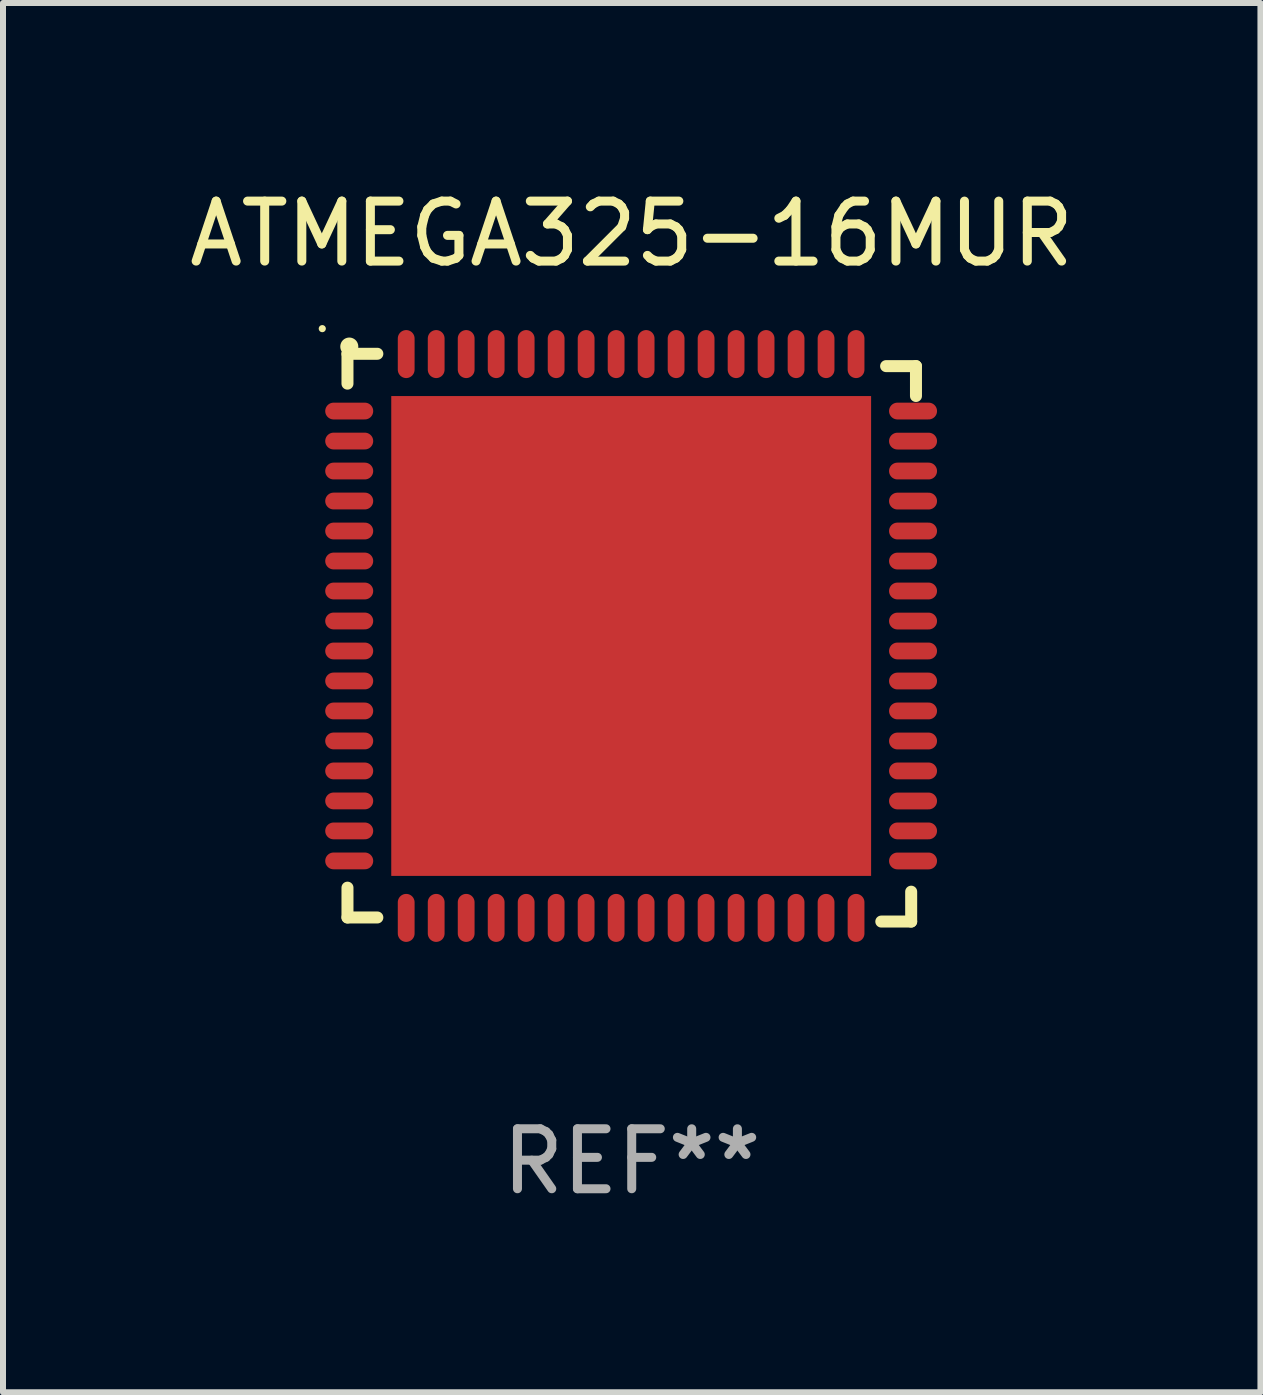
<source format=kicad_pcb>
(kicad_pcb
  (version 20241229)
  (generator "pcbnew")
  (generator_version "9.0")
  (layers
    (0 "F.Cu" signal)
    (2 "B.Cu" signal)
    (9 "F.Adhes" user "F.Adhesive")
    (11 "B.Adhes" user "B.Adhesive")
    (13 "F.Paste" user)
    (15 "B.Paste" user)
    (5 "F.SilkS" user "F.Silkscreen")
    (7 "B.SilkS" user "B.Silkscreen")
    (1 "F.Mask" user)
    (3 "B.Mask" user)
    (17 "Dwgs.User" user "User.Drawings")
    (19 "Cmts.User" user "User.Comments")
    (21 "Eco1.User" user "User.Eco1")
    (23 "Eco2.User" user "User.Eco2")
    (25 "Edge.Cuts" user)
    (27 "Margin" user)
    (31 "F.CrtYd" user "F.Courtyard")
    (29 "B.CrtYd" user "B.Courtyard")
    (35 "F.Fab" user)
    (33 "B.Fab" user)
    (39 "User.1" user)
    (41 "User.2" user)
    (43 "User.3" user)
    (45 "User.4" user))
  (footprint "ATMEGA325-16MUR"
    (layer "F.Cu")
    (at 7.482 7.581)
    (property "Reference" "ATMEGA325-16MUR" (at 0 -6.733 0) (layer "F.SilkS") (effects (font (size 1 1) (thickness 0.15))))
    (attr through_hole)
    (fp_line (start -4.739 -4.733) (end -4.241 -4.733) (stroke (width 0.2) (type solid)) (layer "F.SilkS"))
    (fp_line (start -4.739 -4.235) (end -4.739 -4.733) (stroke (width 0.2) (type solid)) (layer "F.SilkS"))
    (fp_line (start -4.739 4.168) (end -4.739 4.665) (stroke (width 0.2) (type solid)) (layer "F.SilkS"))
    (fp_line (start -4.739 4.665) (end -4.241 4.665) (stroke (width 0.2) (type solid)) (layer "F.SilkS"))
    (fp_line (start 4.161 4.733) (end 4.659 4.733) (stroke (width 0.2) (type solid)) (layer "F.SilkS"))
    (fp_line (start 4.241 -4.527) (end 4.739 -4.527) (stroke (width 0.2) (type solid)) (layer "F.SilkS"))
    (fp_line (start 4.659 4.733) (end 4.659 4.235) (stroke (width 0.2) (type solid)) (layer "F.SilkS"))
    (fp_line (start 4.739 -4.527) (end 4.739 -4.029) (stroke (width 0.2) (type solid)) (layer "F.SilkS"))
    (fp_arc (start -4.708623 -4.85108) (mid -4.708628 -4.85235) (end -4.708623 -4.85362) (stroke (width 0.3) (type solid)) (layer "F.SilkS"))
    (fp_circle (center -5.159 -5.152) (end -5.129 -5.152) (stroke (width 0.06) (type solid)) (fill no) (layer "F.SilkS"))
    (fp_text user "REF**" (at 0 8.733 0) (layer "F.Fab") (effects (font (size 1 1) (thickness 0.15))))
    (pad "1" smd oval (at -4.71 -3.778 90) (size 0.28 0.8) (layers "F.Cu" "F.Mask" "F.Paste"))
    (pad "2" smd oval (at -4.71 -3.278 90) (size 0.28 0.8) (layers "F.Cu" "F.Mask" "F.Paste"))
    (pad "3" smd oval (at -4.71 -2.778 90) (size 0.28 0.8) (layers "F.Cu" "F.Mask" "F.Paste"))
    (pad "4" smd oval (at -4.71 -2.278 90) (size 0.28 0.8) (layers "F.Cu" "F.Mask" "F.Paste"))
    (pad "5" smd oval (at -4.71 -1.778 90) (size 0.28 0.8) (layers "F.Cu" "F.Mask" "F.Paste"))
    (pad "6" smd oval (at -4.71 -1.278 90) (size 0.28 0.8) (layers "F.Cu" "F.Mask" "F.Paste"))
    (pad "7" smd oval (at -4.71 -0.778 90) (size 0.28 0.8) (layers "F.Cu" "F.Mask" "F.Paste"))
    (pad "8" smd oval (at -4.71 -0.278 90) (size 0.28 0.8) (layers "F.Cu" "F.Mask" "F.Paste"))
    (pad "9" smd oval (at -4.71 0.222 90) (size 0.28 0.8) (layers "F.Cu" "F.Mask" "F.Paste"))
    (pad "10" smd oval (at -4.71 0.722 90) (size 0.28 0.8) (layers "F.Cu" "F.Mask" "F.Paste"))
    (pad "11" smd oval (at -4.71 1.222 90) (size 0.28 0.8) (layers "F.Cu" "F.Mask" "F.Paste"))
    (pad "12" smd oval (at -4.71 1.722 90) (size 0.28 0.8) (layers "F.Cu" "F.Mask" "F.Paste"))
    (pad "13" smd oval (at -4.71 2.222 90) (size 0.28 0.8) (layers "F.Cu" "F.Mask" "F.Paste"))
    (pad "14" smd oval (at -4.71 2.722 90) (size 0.28 0.8) (layers "F.Cu" "F.Mask" "F.Paste"))
    (pad "15" smd oval (at -4.71 3.222 90) (size 0.28 0.8) (layers "F.Cu" "F.Mask" "F.Paste"))
    (pad "16" smd oval (at -4.71 3.722 90) (size 0.28 0.8) (layers "F.Cu" "F.Mask" "F.Paste"))
    (pad "17" smd oval (at -3.76 4.672 180) (size 0.28 0.8) (layers "F.Cu" "F.Mask" "F.Paste"))
    (pad "18" smd oval (at -3.26 4.672 180) (size 0.28 0.8) (layers "F.Cu" "F.Mask" "F.Paste"))
    (pad "19" smd oval (at -2.76 4.672 180) (size 0.28 0.8) (layers "F.Cu" "F.Mask" "F.Paste"))
    (pad "20" smd oval (at -2.26 4.672 180) (size 0.28 0.8) (layers "F.Cu" "F.Mask" "F.Paste"))
    (pad "21" smd oval (at -1.76 4.672 180) (size 0.28 0.8) (layers "F.Cu" "F.Mask" "F.Paste"))
    (pad "22" smd oval (at -1.26 4.672 180) (size 0.28 0.8) (layers "F.Cu" "F.Mask" "F.Paste"))
    (pad "23" smd oval (at -0.76 4.672 180) (size 0.28 0.8) (layers "F.Cu" "F.Mask" "F.Paste"))
    (pad "24" smd oval (at -0.26 4.672 180) (size 0.28 0.8) (layers "F.Cu" "F.Mask" "F.Paste"))
    (pad "25" smd oval (at 0.24 4.672 180) (size 0.28 0.8) (layers "F.Cu" "F.Mask" "F.Paste"))
    (pad "26" smd oval (at 0.74 4.672 180) (size 0.28 0.8) (layers "F.Cu" "F.Mask" "F.Paste"))
    (pad "27" smd oval (at 1.24 4.672 180) (size 0.28 0.8) (layers "F.Cu" "F.Mask" "F.Paste"))
    (pad "28" smd oval (at 1.74 4.672 180) (size 0.28 0.8) (layers "F.Cu" "F.Mask" "F.Paste"))
    (pad "29" smd oval (at 2.24 4.672 180) (size 0.28 0.8) (layers "F.Cu" "F.Mask" "F.Paste"))
    (pad "30" smd oval (at 2.74 4.672 180) (size 0.28 0.8) (layers "F.Cu" "F.Mask" "F.Paste"))
    (pad "31" smd oval (at 3.24 4.672 180) (size 0.28 0.8) (layers "F.Cu" "F.Mask" "F.Paste"))
    (pad "32" smd oval (at 3.74 4.672 180) (size 0.28 0.8) (layers "F.Cu" "F.Mask" "F.Paste"))
    (pad "33" smd oval (at 4.69 3.723 270) (size 0.28 0.8) (layers "F.Cu" "F.Mask" "F.Paste"))
    (pad "34" smd oval (at 4.69 3.222 270) (size 0.28 0.8) (layers "F.Cu" "F.Mask" "F.Paste"))
    (pad "35" smd oval (at 4.69 2.723 270) (size 0.28 0.8) (layers "F.Cu" "F.Mask" "F.Paste"))
    (pad "36" smd oval (at 4.69 2.222 270) (size 0.28 0.8) (layers "F.Cu" "F.Mask" "F.Paste"))
    (pad "37" smd oval (at 4.69 1.723 270) (size 0.28 0.8) (layers "F.Cu" "F.Mask" "F.Paste"))
    (pad "38" smd oval (at 4.69 1.222 270) (size 0.28 0.8) (layers "F.Cu" "F.Mask" "F.Paste"))
    (pad "39" smd oval (at 4.69 0.723 270) (size 0.28 0.8) (layers "F.Cu" "F.Mask" "F.Paste"))
    (pad "40" smd oval (at 4.69 0.222 270) (size 0.28 0.8) (layers "F.Cu" "F.Mask" "F.Paste"))
    (pad "41" smd oval (at 4.69 -0.277 270) (size 0.28 0.8) (layers "F.Cu" "F.Mask" "F.Paste"))
    (pad "42" smd oval (at 4.69 -0.778 270) (size 0.28 0.8) (layers "F.Cu" "F.Mask" "F.Paste"))
    (pad "43" smd oval (at 4.69 -1.277 270) (size 0.28 0.8) (layers "F.Cu" "F.Mask" "F.Paste"))
    (pad "44" smd oval (at 4.69 -1.778 270) (size 0.28 0.8) (layers "F.Cu" "F.Mask" "F.Paste"))
    (pad "45" smd oval (at 4.69 -2.277 270) (size 0.28 0.8) (layers "F.Cu" "F.Mask" "F.Paste"))
    (pad "46" smd oval (at 4.69 -2.778 270) (size 0.28 0.8) (layers "F.Cu" "F.Mask" "F.Paste"))
    (pad "47" smd oval (at 4.69 -3.277 270) (size 0.28 0.8) (layers "F.Cu" "F.Mask" "F.Paste"))
    (pad "48" smd oval (at 4.69 -3.778 270) (size 0.28 0.8) (layers "F.Cu" "F.Mask" "F.Paste"))
    (pad "49" smd oval (at 3.74 -4.728) (size 0.28 0.8) (layers "F.Cu" "F.Mask" "F.Paste"))
    (pad "50" smd oval (at 3.24 -4.728) (size 0.28 0.8) (layers "F.Cu" "F.Mask" "F.Paste"))
    (pad "51" smd oval (at 2.74 -4.728) (size 0.28 0.8) (layers "F.Cu" "F.Mask" "F.Paste"))
    (pad "52" smd oval (at 2.24 -4.728) (size 0.28 0.8) (layers "F.Cu" "F.Mask" "F.Paste"))
    (pad "53" smd oval (at 1.74 -4.728) (size 0.28 0.8) (layers "F.Cu" "F.Mask" "F.Paste"))
    (pad "54" smd oval (at 1.24 -4.728) (size 0.28 0.8) (layers "F.Cu" "F.Mask" "F.Paste"))
    (pad "55" smd oval (at 0.74 -4.728) (size 0.28 0.8) (layers "F.Cu" "F.Mask" "F.Paste"))
    (pad "56" smd oval (at 0.24 -4.728) (size 0.28 0.8) (layers "F.Cu" "F.Mask" "F.Paste"))
    (pad "57" smd oval (at -0.26 -4.728) (size 0.28 0.8) (layers "F.Cu" "F.Mask" "F.Paste"))
    (pad "58" smd oval (at -0.76 -4.728) (size 0.28 0.8) (layers "F.Cu" "F.Mask" "F.Paste"))
    (pad "59" smd oval (at -1.26 -4.728) (size 0.28 0.8) (layers "F.Cu" "F.Mask" "F.Paste"))
    (pad "60" smd oval (at -1.76 -4.728) (size 0.28 0.8) (layers "F.Cu" "F.Mask" "F.Paste"))
    (pad "61" smd oval (at -2.26 -4.728) (size 0.28 0.8) (layers "F.Cu" "F.Mask" "F.Paste"))
    (pad "62" smd oval (at -2.76 -4.728) (size 0.28 0.8) (layers "F.Cu" "F.Mask" "F.Paste"))
    (pad "63" smd oval (at -3.26 -4.728) (size 0.28 0.8) (layers "F.Cu" "F.Mask" "F.Paste"))
    (pad "64" smd oval (at -3.76 -4.728) (size 0.28 0.8) (layers "F.Cu" "F.Mask" "F.Paste"))
    (pad "65" smd rect (at -0.009 -0.028 90) (size 8 8) (layers "F.Cu" "F.Mask" "F.Paste")))
  (gr_rect
    (start -3 -3)
    (end 17.964 20.162)
    (stroke (width 0.1) (type default))
    (fill no)
    (layer "Edge.Cuts")))
</source>
